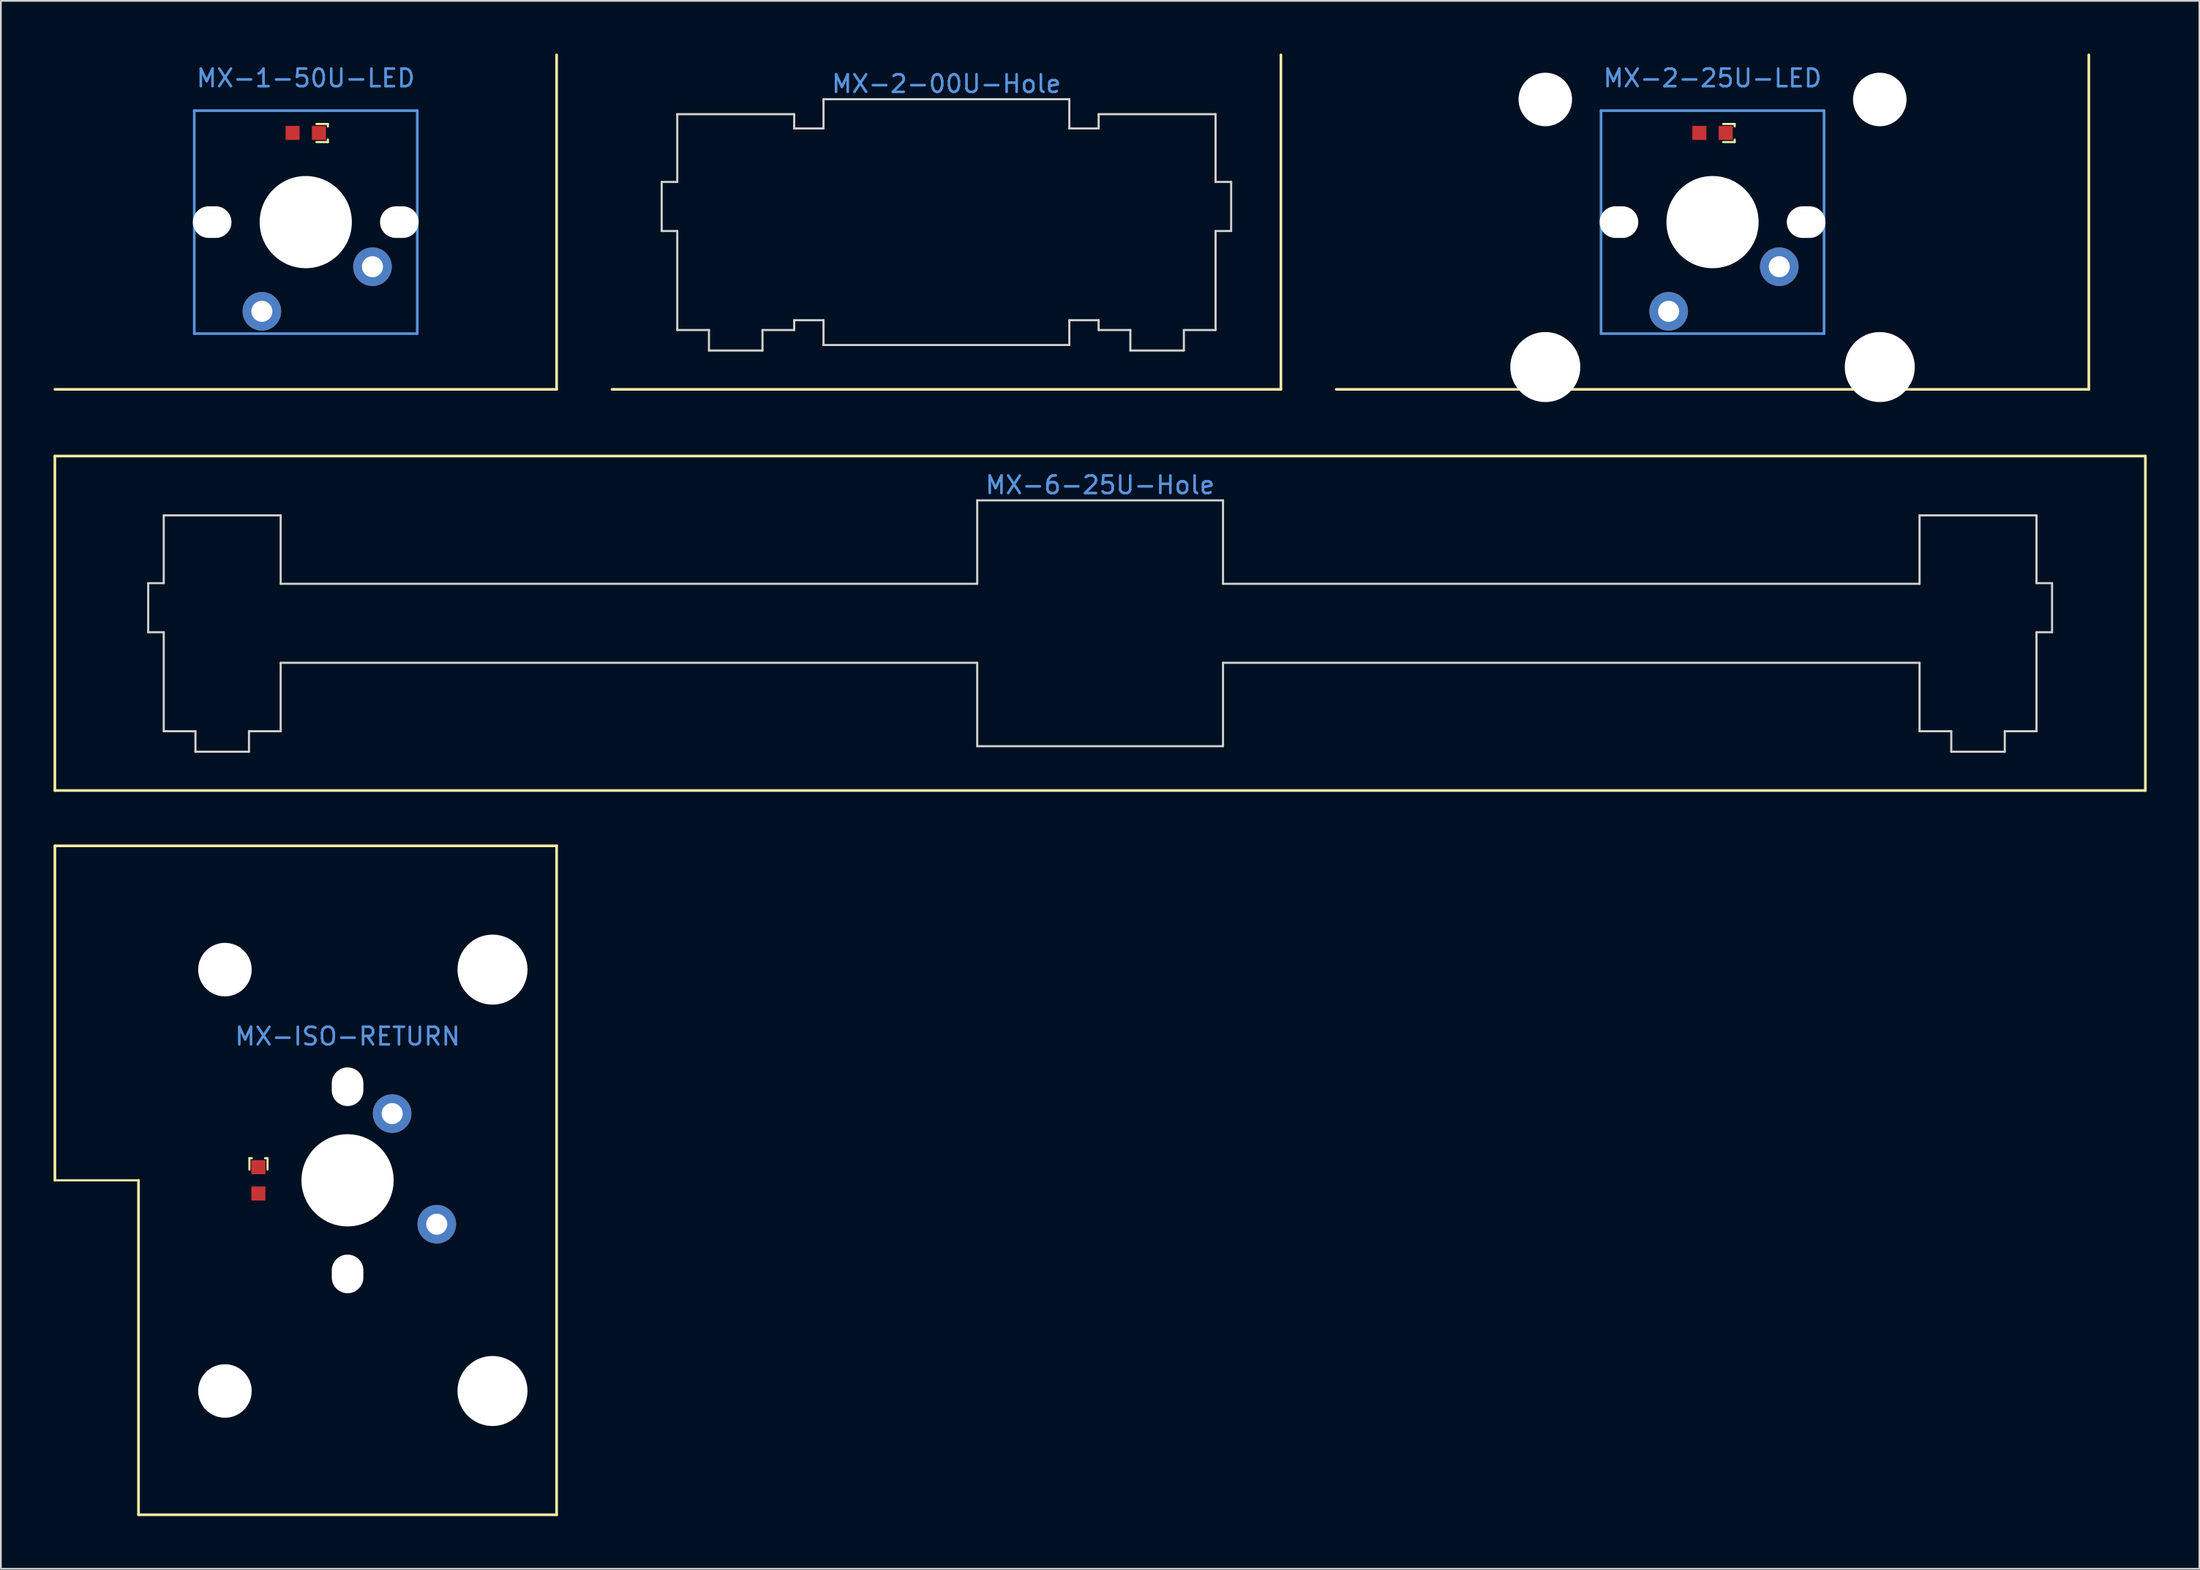
<source format=kicad_pcb>
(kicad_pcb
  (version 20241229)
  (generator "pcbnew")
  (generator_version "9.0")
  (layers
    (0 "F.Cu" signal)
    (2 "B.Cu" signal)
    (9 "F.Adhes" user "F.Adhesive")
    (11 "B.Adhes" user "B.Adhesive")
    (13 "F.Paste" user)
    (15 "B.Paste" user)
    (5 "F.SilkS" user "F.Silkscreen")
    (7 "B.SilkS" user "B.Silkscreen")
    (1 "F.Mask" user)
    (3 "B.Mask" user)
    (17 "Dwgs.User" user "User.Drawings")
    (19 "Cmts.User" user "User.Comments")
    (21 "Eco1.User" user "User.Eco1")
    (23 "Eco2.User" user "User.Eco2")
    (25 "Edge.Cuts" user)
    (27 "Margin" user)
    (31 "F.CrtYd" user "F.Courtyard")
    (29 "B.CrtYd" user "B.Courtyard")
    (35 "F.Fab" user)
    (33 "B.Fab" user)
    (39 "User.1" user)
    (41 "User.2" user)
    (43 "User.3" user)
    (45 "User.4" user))
  (footprint "MX-1-50U-LED"
    (layer "F.Cu")
    (at 14.364 4.521)
    (property "Reference" "MX-1-50U-LED" (at 0 -3.12 0) (layer "Cmts.User") (effects (font (size 1 1) (thickness 0.15))))
    (fp_line (start 0.61 -0.51) (end 1.26 -0.51) (stroke (width 0.12) (type solid)) (layer "F.SilkS"))
    (fp_line (start 0.61 0.52) (end 1.26 0.52) (stroke (width 0.12) (type solid)) (layer "F.SilkS"))
    (fp_line (start 1.26 -0.51) (end 1.26 -0.37) (stroke (width 0.12) (type solid)) (layer "F.SilkS"))
    (fp_line (start 1.26 0.52) (end 1.26 0.38) (stroke (width 0.12) (type solid)) (layer "F.SilkS"))
    (fp_line (start 14.287 -4.445) (end 14.287 14.605) (stroke (width 0.152) (type solid)) (layer "F.SilkS"))
    (fp_line (start 14.287 14.605) (end -14.287 14.605) (stroke (width 0.152) (type solid)) (layer "F.SilkS"))
    (fp_line (start -6.35 -1.27) (end 6.35 -1.27) (stroke (width 0.152) (type solid)) (layer "Cmts.User"))
    (fp_line (start -6.35 11.43) (end -6.35 -1.27) (stroke (width 0.152) (type solid)) (layer "Cmts.User"))
    (fp_line (start 6.35 -1.27) (end 6.35 11.43) (stroke (width 0.152) (type solid)) (layer "Cmts.User"))
    (fp_line (start 6.35 11.43) (end -6.35 11.43) (stroke (width 0.152) (type solid)) (layer "Cmts.User"))
    (pad "" np_thru_hole oval (at -5.33 5.08 270) (size 1.8 2.2) (drill oval 1.8 2.2) (layers "*.Cu" "*.Mask"))
    (pad "" np_thru_hole circle (at 0 5.08 180) (size 5.25 5.25) (drill 5.25) (layers "*.Cu" "*.Mask"))
    (pad "" np_thru_hole oval (at 5.33 5.08 270) (size 1.8 2.2) (drill oval 1.8 2.2) (layers "*.Cu" "*.Mask"))
    (pad "1" thru_hole circle (at -2.5 10.16) (size 2.2 2.2) (drill 1.2) (layers "*.Cu" "*.Mask"))
    (pad "2" thru_hole circle (at 3.8 7.62 225) (size 2.2 2.2) (drill 1.2) (layers "*.Cu" "*.Mask"))
    (pad "3" smd rect (at 0.75 0 90) (size 0.8 0.8) (layers "F.Cu" "F.Mask" "F.Paste"))
    (pad "4" smd rect (at -0.75 0 90) (size 0.8 0.8) (layers "F.Cu" "F.Mask" "F.Paste")))
  (footprint "MX-2-00U-Hole"
    (layer "F.Cu")
    (at 50.852 9.6)
    (property "Reference" "MX-2-00U-Hole" (at 0 -7.874 0) (layer "Cmts.User") (effects (font (size 1 1) (thickness 0.15))))
    (attr through_hole)
    (fp_line (start 19.05 -9.525) (end 19.05 9.525) (stroke (width 0.15) (type solid)) (layer "F.SilkS"))
    (fp_line (start 19.05 9.525) (end -19.05 9.525) (stroke (width 0.15) (type solid)) (layer "F.SilkS"))
    (fp_line (start -16.216 -2.286) (end -16.216 0.508) (stroke (width 0.12) (type solid)) (layer "Edge.Cuts"))
    (fp_line (start -15.33 -6.147) (end -15.33 -2.286) (stroke (width 0.12) (type solid)) (layer "Edge.Cuts"))
    (fp_line (start -15.33 -2.286) (end -16.216 -2.286) (stroke (width 0.12) (type solid)) (layer "Edge.Cuts"))
    (fp_line (start -15.33 0.508) (end -16.216 0.508) (stroke (width 0.12) (type solid)) (layer "Edge.Cuts"))
    (fp_line (start -15.33 0.508) (end -15.33 6.147) (stroke (width 0.12) (type solid)) (layer "Edge.Cuts"))
    (fp_line (start -13.524 6.147) (end -15.33 6.147) (stroke (width 0.12) (type solid)) (layer "Edge.Cuts"))
    (fp_line (start -13.524 6.147) (end -13.524 7.315) (stroke (width 0.12) (type solid)) (layer "Edge.Cuts"))
    (fp_line (start -10.476 6.147) (end -10.476 7.315) (stroke (width 0.12) (type solid)) (layer "Edge.Cuts"))
    (fp_line (start -10.476 7.315) (end -13.524 7.315) (stroke (width 0.12) (type solid)) (layer "Edge.Cuts"))
    (fp_line (start -8.67 -6.147) (end -15.33 -6.147) (stroke (width 0.12) (type solid)) (layer "Edge.Cuts"))
    (fp_line (start -8.67 -6.147) (end -8.67 -5.334) (stroke (width 0.12) (type solid)) (layer "Edge.Cuts"))
    (fp_line (start -8.67 -5.334) (end -7 -5.334) (stroke (width 0.12) (type solid)) (layer "Edge.Cuts"))
    (fp_line (start -8.67 5.588) (end -7 5.588) (stroke (width 0.12) (type solid)) (layer "Edge.Cuts"))
    (fp_line (start -8.67 6.147) (end -10.476 6.147) (stroke (width 0.12) (type solid)) (layer "Edge.Cuts"))
    (fp_line (start -8.67 6.147) (end -8.67 5.588) (stroke (width 0.12) (type solid)) (layer "Edge.Cuts"))
    (fp_line (start -7 -7) (end -7 -5.334) (stroke (width 0.12) (type solid)) (layer "Edge.Cuts"))
    (fp_line (start -7 -7) (end 7 -7) (stroke (width 0.12) (type solid)) (layer "Edge.Cuts"))
    (fp_line (start -7 7) (end -7 5.588) (stroke (width 0.12) (type solid)) (layer "Edge.Cuts"))
    (fp_line (start -7 7) (end 7 7) (stroke (width 0.12) (type solid)) (layer "Edge.Cuts"))
    (fp_line (start 7 -7) (end 7 -5.334) (stroke (width 0.12) (type solid)) (layer "Edge.Cuts"))
    (fp_line (start 7 7) (end 7 5.588) (stroke (width 0.12) (type solid)) (layer "Edge.Cuts"))
    (fp_line (start 8.67 -6.147) (end 8.67 -5.334) (stroke (width 0.12) (type solid)) (layer "Edge.Cuts"))
    (fp_line (start 8.67 -6.147) (end 15.33 -6.147) (stroke (width 0.12) (type solid)) (layer "Edge.Cuts"))
    (fp_line (start 8.67 -5.334) (end 7 -5.334) (stroke (width 0.12) (type solid)) (layer "Edge.Cuts"))
    (fp_line (start 8.67 5.588) (end 7 5.588) (stroke (width 0.12) (type solid)) (layer "Edge.Cuts"))
    (fp_line (start 8.67 6.147) (end 8.67 5.588) (stroke (width 0.12) (type solid)) (layer "Edge.Cuts"))
    (fp_line (start 8.67 6.147) (end 10.476 6.147) (stroke (width 0.12) (type solid)) (layer "Edge.Cuts"))
    (fp_line (start 10.476 6.147) (end 10.476 7.315) (stroke (width 0.12) (type solid)) (layer "Edge.Cuts"))
    (fp_line (start 10.476 7.315) (end 13.524 7.315) (stroke (width 0.12) (type solid)) (layer "Edge.Cuts"))
    (fp_line (start 13.524 6.147) (end 13.524 7.315) (stroke (width 0.12) (type solid)) (layer "Edge.Cuts"))
    (fp_line (start 13.524 6.147) (end 15.33 6.147) (stroke (width 0.12) (type solid)) (layer "Edge.Cuts"))
    (fp_line (start 15.33 -6.147) (end 15.33 -2.286) (stroke (width 0.12) (type solid)) (layer "Edge.Cuts"))
    (fp_line (start 15.33 -2.286) (end 16.216 -2.286) (stroke (width 0.12) (type solid)) (layer "Edge.Cuts"))
    (fp_line (start 15.33 0.508) (end 15.33 6.147) (stroke (width 0.12) (type solid)) (layer "Edge.Cuts"))
    (fp_line (start 15.33 0.508) (end 16.216 0.508) (stroke (width 0.12) (type solid)) (layer "Edge.Cuts"))
    (fp_line (start 16.216 -2.286) (end 16.216 0.508) (stroke (width 0.12) (type solid)) (layer "Edge.Cuts")))
  (footprint "MX-2-25U-LED"
    (layer "F.Cu")
    (at 94.485 4.521)
    (property "Reference" "MX-2-25U-LED" (at 0 -3.12 0) (layer "Cmts.User") (effects (font (size 1 1) (thickness 0.15))))
    (fp_line (start 0.61 -0.51) (end 1.26 -0.51) (stroke (width 0.12) (type solid)) (layer "F.SilkS"))
    (fp_line (start 0.61 0.52) (end 1.26 0.52) (stroke (width 0.12) (type solid)) (layer "F.SilkS"))
    (fp_line (start 1.26 -0.51) (end 1.26 -0.37) (stroke (width 0.12) (type solid)) (layer "F.SilkS"))
    (fp_line (start 1.26 0.52) (end 1.26 0.38) (stroke (width 0.12) (type solid)) (layer "F.SilkS"))
    (fp_line (start 21.431 -4.445) (end 21.431 14.605) (stroke (width 0.152) (type solid)) (layer "F.SilkS"))
    (fp_line (start 21.431 14.605) (end -21.431 14.605) (stroke (width 0.152) (type solid)) (layer "F.SilkS"))
    (fp_line (start -6.35 -1.27) (end 6.35 -1.27) (stroke (width 0.152) (type solid)) (layer "Cmts.User"))
    (fp_line (start -6.35 11.43) (end -6.35 -1.27) (stroke (width 0.152) (type solid)) (layer "Cmts.User"))
    (fp_line (start 6.35 -1.27) (end 6.35 11.43) (stroke (width 0.152) (type solid)) (layer "Cmts.User"))
    (fp_line (start 6.35 11.43) (end -6.35 11.43) (stroke (width 0.152) (type solid)) (layer "Cmts.User"))
    (pad "" np_thru_hole circle (at -9.525 -1.905 180) (size 3.048 3.048) (drill 3.048) (layers "*.Cu" "*.Mask"))
    (pad "" np_thru_hole circle (at -9.525 13.335 180) (size 3.988 3.988) (drill 3.988) (layers "*.Cu" "*.Mask"))
    (pad "" np_thru_hole oval (at -5.33 5.08 270) (size 1.8 2.2) (drill oval 1.8 2.2) (layers "*.Cu" "*.Mask"))
    (pad "" np_thru_hole circle (at 0 5.08 180) (size 5.25 5.25) (drill 5.25) (layers "*.Cu" "*.Mask"))
    (pad "" np_thru_hole oval (at 5.33 5.08 270) (size 1.8 2.2) (drill oval 1.8 2.2) (layers "*.Cu" "*.Mask"))
    (pad "" np_thru_hole circle (at 9.525 -1.905 180) (size 3.048 3.048) (drill 3.048) (layers "*.Cu" "*.Mask"))
    (pad "" np_thru_hole circle (at 9.525 13.335 180) (size 3.988 3.988) (drill 3.988) (layers "*.Cu" "*.Mask"))
    (pad "1" thru_hole circle (at -2.5 10.16) (size 2.2 2.2) (drill 1.2) (layers "*.Cu" "*.Mask"))
    (pad "2" thru_hole circle (at 3.8 7.62 225) (size 2.2 2.2) (drill 1.2) (layers "*.Cu" "*.Mask"))
    (pad "3" smd rect (at 0.75 0 90) (size 0.8 0.8) (layers "F.Cu" "F.Mask" "F.Paste"))
    (pad "4" smd rect (at -0.75 0 90) (size 0.8 0.8) (layers "F.Cu" "F.Mask" "F.Paste")))
  (footprint "MX-6-25U-Hole"
    (layer "F.Cu")
    (at 59.606 32.45)
    (property "Reference" "MX-6-25U-Hole" (at 0 -7.874 0) (layer "Cmts.User") (effects (font (size 1 1) (thickness 0.15))))
    (attr through_hole)
    (fp_line (start -59.531 -9.525) (end 59.531 -9.525) (stroke (width 0.15) (type solid)) (layer "F.SilkS"))
    (fp_line (start -59.531 9.525) (end -59.531 -9.525) (stroke (width 0.15) (type solid)) (layer "F.SilkS"))
    (fp_line (start 59.531 -9.525) (end 59.531 9.525) (stroke (width 0.15) (type solid)) (layer "F.SilkS"))
    (fp_line (start 59.531 9.525) (end -59.531 9.525) (stroke (width 0.15) (type solid)) (layer "F.SilkS"))
    (fp_line (start -54.216 -2.286) (end -54.216 0.508) (stroke (width 0.12) (type solid)) (layer "Edge.Cuts"))
    (fp_line (start -53.33 -6.147) (end -53.33 -2.286) (stroke (width 0.12) (type solid)) (layer "Edge.Cuts"))
    (fp_line (start -53.33 -2.286) (end -54.216 -2.286) (stroke (width 0.12) (type solid)) (layer "Edge.Cuts"))
    (fp_line (start -53.33 0.508) (end -54.216 0.508) (stroke (width 0.12) (type solid)) (layer "Edge.Cuts"))
    (fp_line (start -53.33 0.508) (end -53.33 6.147) (stroke (width 0.12) (type solid)) (layer "Edge.Cuts"))
    (fp_line (start -51.524 6.147) (end -53.33 6.147) (stroke (width 0.12) (type solid)) (layer "Edge.Cuts"))
    (fp_line (start -51.524 6.147) (end -51.524 7.315) (stroke (width 0.12) (type solid)) (layer "Edge.Cuts"))
    (fp_line (start -48.476 6.147) (end -48.476 7.315) (stroke (width 0.12) (type solid)) (layer "Edge.Cuts"))
    (fp_line (start -48.476 7.315) (end -51.524 7.315) (stroke (width 0.12) (type solid)) (layer "Edge.Cuts"))
    (fp_line (start -46.67 -6.147) (end -53.33 -6.147) (stroke (width 0.12) (type solid)) (layer "Edge.Cuts"))
    (fp_line (start -46.67 -6.147) (end -46.67 -2.25) (stroke (width 0.12) (type solid)) (layer "Edge.Cuts"))
    (fp_line (start -46.67 -2.25) (end -7 -2.25) (stroke (width 0.12) (type solid)) (layer "Edge.Cuts"))
    (fp_line (start -46.67 2.25) (end -7 2.25) (stroke (width 0.12) (type solid)) (layer "Edge.Cuts"))
    (fp_line (start -46.67 6.147) (end -48.476 6.147) (stroke (width 0.12) (type solid)) (layer "Edge.Cuts"))
    (fp_line (start -46.67 6.147) (end -46.67 2.25) (stroke (width 0.12) (type solid)) (layer "Edge.Cuts"))
    (fp_line (start -7 -7) (end -7 -2.25) (stroke (width 0.12) (type solid)) (layer "Edge.Cuts"))
    (fp_line (start -7 -7) (end 7 -7) (stroke (width 0.12) (type solid)) (layer "Edge.Cuts"))
    (fp_line (start -7 7) (end -7 2.25) (stroke (width 0.12) (type solid)) (layer "Edge.Cuts"))
    (fp_line (start -7 7) (end 7 7) (stroke (width 0.12) (type solid)) (layer "Edge.Cuts"))
    (fp_line (start 7 -7) (end 7 -2.25) (stroke (width 0.12) (type solid)) (layer "Edge.Cuts"))
    (fp_line (start 7 7) (end 7 2.25) (stroke (width 0.12) (type solid)) (layer "Edge.Cuts"))
    (fp_line (start 46.67 -6.147) (end 46.67 -2.25) (stroke (width 0.12) (type solid)) (layer "Edge.Cuts"))
    (fp_line (start 46.67 -6.147) (end 53.33 -6.147) (stroke (width 0.12) (type solid)) (layer "Edge.Cuts"))
    (fp_line (start 46.67 -2.25) (end 7 -2.25) (stroke (width 0.12) (type solid)) (layer "Edge.Cuts"))
    (fp_line (start 46.67 2.25) (end 7 2.25) (stroke (width 0.12) (type solid)) (layer "Edge.Cuts"))
    (fp_line (start 46.67 6.147) (end 46.67 2.25) (stroke (width 0.12) (type solid)) (layer "Edge.Cuts"))
    (fp_line (start 46.67 6.147) (end 48.476 6.147) (stroke (width 0.12) (type solid)) (layer "Edge.Cuts"))
    (fp_line (start 48.476 6.147) (end 48.476 7.315) (stroke (width 0.12) (type solid)) (layer "Edge.Cuts"))
    (fp_line (start 48.476 7.315) (end 51.524 7.315) (stroke (width 0.12) (type solid)) (layer "Edge.Cuts"))
    (fp_line (start 51.524 6.147) (end 51.524 7.315) (stroke (width 0.12) (type solid)) (layer "Edge.Cuts"))
    (fp_line (start 51.524 6.147) (end 53.33 6.147) (stroke (width 0.12) (type solid)) (layer "Edge.Cuts"))
    (fp_line (start 53.33 -6.147) (end 53.33 -2.286) (stroke (width 0.12) (type solid)) (layer "Edge.Cuts"))
    (fp_line (start 53.33 -2.286) (end 54.216 -2.286) (stroke (width 0.12) (type solid)) (layer "Edge.Cuts"))
    (fp_line (start 53.33 0.508) (end 53.33 6.147) (stroke (width 0.12) (type solid)) (layer "Edge.Cuts"))
    (fp_line (start 53.33 0.508) (end 54.216 0.508) (stroke (width 0.12) (type solid)) (layer "Edge.Cuts"))
    (fp_line (start 54.216 -2.286) (end 54.216 0.508) (stroke (width 0.12) (type solid)) (layer "Edge.Cuts")))
  (footprint "MX-ISO-RETURN"
    (layer "F.Cu")
    (at 11.665 64.176)
    (property "Reference" "MX-ISO-RETURN" (at 5.08 -8.2 0) (layer "Cmts.User") (effects (font (size 1 1) (thickness 0.15))))
    (fp_line (start -11.589 -19.05) (end -11.589 0) (stroke (width 0.152) (type solid)) (layer "F.SilkS"))
    (fp_line (start -11.589 -19.05) (end 16.986 -19.05) (stroke (width 0.152) (type solid)) (layer "F.SilkS"))
    (fp_line (start -11.589 0) (end -6.826 0) (stroke (width 0.12) (type default)) (layer "F.SilkS"))
    (fp_line (start -6.826 19.05) (end -6.826 0) (stroke (width 0.152) (type solid)) (layer "F.SilkS"))
    (fp_line (start -0.51 -1.26) (end -0.37 -1.26) (stroke (width 0.12) (type solid)) (layer "F.SilkS"))
    (fp_line (start -0.51 -0.61) (end -0.51 -1.26) (stroke (width 0.12) (type solid)) (layer "F.SilkS"))
    (fp_line (start 0.52 -1.26) (end 0.38 -1.26) (stroke (width 0.12) (type solid)) (layer "F.SilkS"))
    (fp_line (start 0.52 -0.61) (end 0.52 -1.26) (stroke (width 0.12) (type solid)) (layer "F.SilkS"))
    (fp_line (start 16.986 -19.05) (end 16.986 19.05) (stroke (width 0.152) (type solid)) (layer "F.SilkS"))
    (fp_line (start 16.986 19.05) (end -6.826 19.05) (stroke (width 0.152) (type solid)) (layer "F.SilkS"))
    (pad "" np_thru_hole circle (at -1.905 -12 270) (size 3.048 3.048) (drill 3.048) (layers "*.Cu" "*.Mask"))
    (pad "" np_thru_hole circle (at -1.905 12 270) (size 3.048 3.048) (drill 3.048) (layers "*.Cu" "*.Mask"))
    (pad "" np_thru_hole oval (at 5.08 -5.33 180) (size 1.8 2.2) (drill oval 1.8 2.2) (layers "*.Cu" "*.Mask"))
    (pad "" np_thru_hole circle (at 5.08 0 90) (size 5.25 5.25) (drill 5.25) (layers "*.Cu" "*.Mask"))
    (pad "" np_thru_hole oval (at 5.08 5.33 180) (size 1.8 2.2) (drill oval 1.8 2.2) (layers "*.Cu" "*.Mask"))
    (pad "" np_thru_hole circle (at 13.335 -12 270) (size 3.988 3.988) (drill 3.988) (layers "*.Cu" "*.Mask"))
    (pad "" np_thru_hole circle (at 13.335 12 270) (size 3.988 3.988) (drill 3.988) (layers "*.Cu" "*.Mask"))
    (pad "1" thru_hole circle (at 10.16 2.5 270) (size 2.2 2.2) (drill oval 1.2) (layers "*.Cu" "*.Mask"))
    (pad "2" thru_hole circle (at 7.62 -3.8 135) (size 2.2 2.2) (drill 1.2) (layers "*.Cu" "*.Mask"))
    (pad "3" smd rect (at 0 -0.75 180) (size 0.8 0.8) (layers "F.Cu" "F.Mask" "F.Paste"))
    (pad "4" smd rect (at 0 0.75 180) (size 0.8 0.8) (layers "F.Cu" "F.Mask" "F.Paste")))
  (gr_rect
    (start -3 -3)
    (end 122.213 86.302)
    (stroke (width 0.1) (type default))
    (fill no)
    (layer "Edge.Cuts")))
</source>
